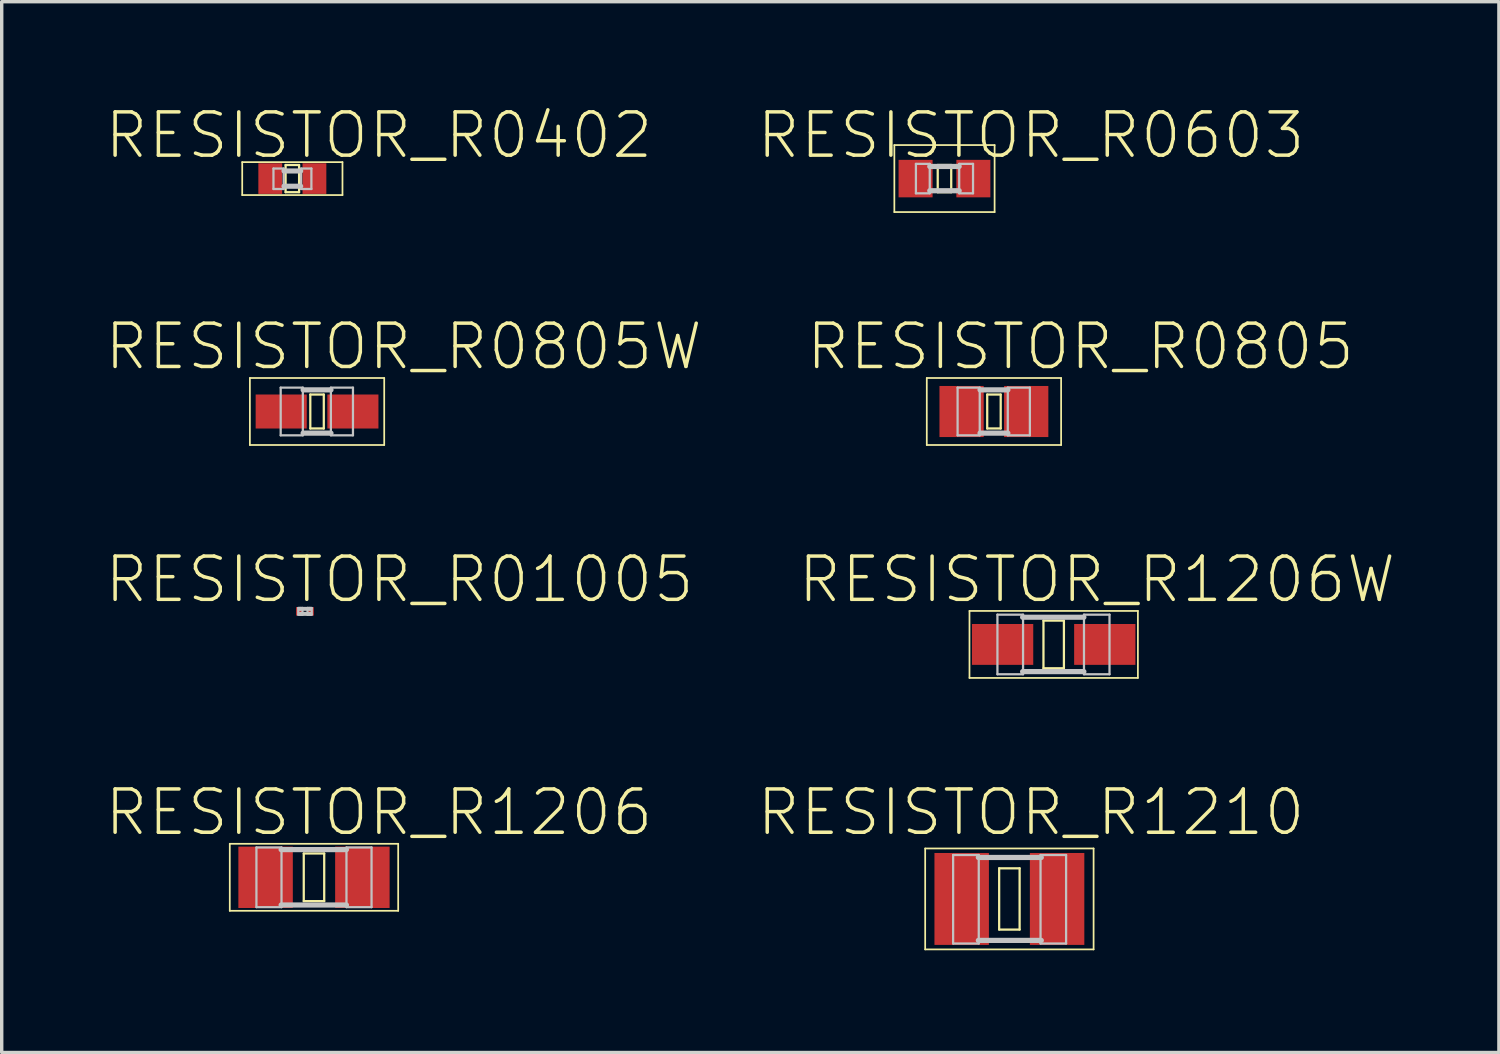
<source format=kicad_pcb>
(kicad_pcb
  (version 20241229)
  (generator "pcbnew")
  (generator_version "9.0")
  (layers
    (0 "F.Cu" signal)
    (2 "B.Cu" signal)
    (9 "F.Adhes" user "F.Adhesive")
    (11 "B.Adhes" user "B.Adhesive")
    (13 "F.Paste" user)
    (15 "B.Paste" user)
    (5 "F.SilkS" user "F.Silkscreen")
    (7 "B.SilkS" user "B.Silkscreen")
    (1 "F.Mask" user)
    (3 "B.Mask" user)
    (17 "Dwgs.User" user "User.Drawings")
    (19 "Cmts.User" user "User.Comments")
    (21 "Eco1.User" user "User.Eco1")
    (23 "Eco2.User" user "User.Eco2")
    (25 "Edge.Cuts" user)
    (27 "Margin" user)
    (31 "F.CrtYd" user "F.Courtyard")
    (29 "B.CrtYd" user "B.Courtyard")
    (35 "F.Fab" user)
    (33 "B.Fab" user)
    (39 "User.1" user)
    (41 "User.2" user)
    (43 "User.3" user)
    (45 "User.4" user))
  (footprint "RESISTOR_R1206"
    (layer "F.Cu")
    (at 6.164 22.695)
    (property "Reference" "RESISTOR_R1206" (at 1.905 -1.905 0) (layer "F.SilkS") (effects (font (size 1.27 1.27) (thickness 0.102))))
    (attr smd)
    (fp_line (start -2.471 -0.983) (end 2.471 -0.983) (stroke (width 0.051) (type solid)) (layer "F.SilkS"))
    (fp_line (start -2.471 0.983) (end -2.471 -0.983) (stroke (width 0.051) (type solid)) (layer "F.SilkS"))
    (fp_line (start -0.3 -0.699) (end 0.3 -0.699) (stroke (width 0.066) (type solid)) (layer "F.SilkS"))
    (fp_line (start -0.3 0.699) (end -0.3 -0.699) (stroke (width 0.066) (type solid)) (layer "F.SilkS"))
    (fp_line (start -0.3 0.699) (end 0.3 0.699) (stroke (width 0.066) (type solid)) (layer "F.SilkS"))
    (fp_line (start 0.3 0.699) (end 0.3 -0.699) (stroke (width 0.066) (type solid)) (layer "F.SilkS"))
    (fp_line (start 2.471 -0.983) (end 2.471 0.983) (stroke (width 0.051) (type solid)) (layer "F.SilkS"))
    (fp_line (start 2.471 0.983) (end -2.471 0.983) (stroke (width 0.051) (type solid)) (layer "F.SilkS"))
    (fp_line (start -1.689 -0.876) (end -0.953 -0.876) (stroke (width 0.066) (type solid)) (layer "Dwgs.User"))
    (fp_line (start -1.689 0.876) (end -1.689 -0.876) (stroke (width 0.066) (type solid)) (layer "Dwgs.User"))
    (fp_line (start -1.689 0.876) (end -0.953 0.876) (stroke (width 0.066) (type solid)) (layer "Dwgs.User"))
    (fp_line (start -0.953 0.876) (end -0.953 -0.876) (stroke (width 0.066) (type solid)) (layer "Dwgs.User"))
    (fp_line (start 0.953 -0.876) (end 1.689 -0.876) (stroke (width 0.066) (type solid)) (layer "Dwgs.User"))
    (fp_line (start 0.953 -0.813) (end -0.965 -0.813) (stroke (width 0.152) (type solid)) (layer "Dwgs.User"))
    (fp_line (start 0.953 0.813) (end -0.965 0.813) (stroke (width 0.152) (type solid)) (layer "Dwgs.User"))
    (fp_line (start 0.953 0.876) (end 0.953 -0.876) (stroke (width 0.066) (type solid)) (layer "Dwgs.User"))
    (fp_line (start 0.953 0.876) (end 1.689 0.876) (stroke (width 0.066) (type solid)) (layer "Dwgs.User"))
    (fp_line (start 1.689 0.876) (end 1.689 -0.876) (stroke (width 0.066) (type solid)) (layer "Dwgs.User"))
    (pad "1" smd rect (at -1.42 0) (size 1.598 1.801) (layers "F.Cu" "F.Mask" "F.Paste"))
    (pad "2" smd rect (at 1.42 0) (size 1.598 1.801) (layers "F.Cu" "F.Mask" "F.Paste")))
  (footprint "RESISTOR_R0805W"
    (layer "F.Cu")
    (at 6.254 9.026)
    (property "Reference" "RESISTOR_R0805W" (at 2.54 -1.905 0) (layer "F.SilkS") (effects (font (size 1.27 1.27) (thickness 0.102))))
    (attr smd)
    (fp_line (start -1.971 -0.983) (end 1.971 -0.983) (stroke (width 0.051) (type solid)) (layer "F.SilkS"))
    (fp_line (start -1.971 0.983) (end -1.971 -0.983) (stroke (width 0.051) (type solid)) (layer "F.SilkS"))
    (fp_line (start -0.198 -0.498) (end 0.198 -0.498) (stroke (width 0.066) (type solid)) (layer "F.SilkS"))
    (fp_line (start -0.198 0.498) (end -0.198 -0.498) (stroke (width 0.066) (type solid)) (layer "F.SilkS"))
    (fp_line (start -0.198 0.498) (end 0.198 0.498) (stroke (width 0.066) (type solid)) (layer "F.SilkS"))
    (fp_line (start 0.198 0.498) (end 0.198 -0.498) (stroke (width 0.066) (type solid)) (layer "F.SilkS"))
    (fp_line (start 1.971 -0.983) (end 1.971 0.983) (stroke (width 0.051) (type solid)) (layer "F.SilkS"))
    (fp_line (start 1.971 0.983) (end -1.971 0.983) (stroke (width 0.051) (type solid)) (layer "F.SilkS"))
    (fp_line (start -1.067 -0.701) (end -0.417 -0.701) (stroke (width 0.066) (type solid)) (layer "Dwgs.User"))
    (fp_line (start -1.067 0.699) (end -1.067 -0.701) (stroke (width 0.066) (type solid)) (layer "Dwgs.User"))
    (fp_line (start -1.067 0.699) (end -0.417 0.699) (stroke (width 0.066) (type solid)) (layer "Dwgs.User"))
    (fp_line (start -0.417 0.699) (end -0.417 -0.701) (stroke (width 0.066) (type solid)) (layer "Dwgs.User"))
    (fp_line (start -0.409 -0.635) (end 0.409 -0.635) (stroke (width 0.152) (type solid)) (layer "Dwgs.User"))
    (fp_line (start -0.409 0.635) (end 0.409 0.635) (stroke (width 0.152) (type solid)) (layer "Dwgs.User"))
    (fp_line (start 0.406 -0.701) (end 1.054 -0.701) (stroke (width 0.066) (type solid)) (layer "Dwgs.User"))
    (fp_line (start 0.406 0.699) (end 0.406 -0.701) (stroke (width 0.066) (type solid)) (layer "Dwgs.User"))
    (fp_line (start 0.406 0.699) (end 1.054 0.699) (stroke (width 0.066) (type solid)) (layer "Dwgs.User"))
    (fp_line (start 1.054 0.699) (end 1.054 -0.701) (stroke (width 0.066) (type solid)) (layer "Dwgs.User"))
    (pad "1" smd rect (at -1.052 0) (size 1.499 0.998) (layers "F.Cu" "F.Mask" "F.Paste"))
    (pad "2" smd rect (at 1.052 0) (size 1.499 0.998) (layers "F.Cu" "F.Mask" "F.Paste")))
  (footprint "RESISTOR_R0603"
    (layer "F.Cu")
    (at 24.666 2.191)
    (property "Reference" "RESISTOR_R0603" (at 2.54 -1.27 0) (layer "F.SilkS") (effects (font (size 1.27 1.27) (thickness 0.102))))
    (attr smd)
    (fp_line (start -1.471 -0.983) (end 1.471 -0.983) (stroke (width 0.051) (type solid)) (layer "F.SilkS"))
    (fp_line (start -1.471 0.983) (end -1.471 -0.983) (stroke (width 0.051) (type solid)) (layer "F.SilkS"))
    (fp_line (start -0.198 -0.399) (end 0.198 -0.399) (stroke (width 0.066) (type solid)) (layer "F.SilkS"))
    (fp_line (start -0.198 0.399) (end -0.198 -0.399) (stroke (width 0.066) (type solid)) (layer "F.SilkS"))
    (fp_line (start -0.198 0.399) (end 0.198 0.399) (stroke (width 0.066) (type solid)) (layer "F.SilkS"))
    (fp_line (start 0.198 0.399) (end 0.198 -0.399) (stroke (width 0.066) (type solid)) (layer "F.SilkS"))
    (fp_line (start 1.471 -0.983) (end 1.471 0.983) (stroke (width 0.051) (type solid)) (layer "F.SilkS"))
    (fp_line (start 1.471 0.983) (end -1.471 0.983) (stroke (width 0.051) (type solid)) (layer "F.SilkS"))
    (fp_line (start -0.838 -0.432) (end -0.432 -0.432) (stroke (width 0.066) (type solid)) (layer "Dwgs.User"))
    (fp_line (start -0.838 0.432) (end -0.838 -0.432) (stroke (width 0.066) (type solid)) (layer "Dwgs.User"))
    (fp_line (start -0.838 0.432) (end -0.432 0.432) (stroke (width 0.066) (type solid)) (layer "Dwgs.User"))
    (fp_line (start -0.432 0.356) (end 0.432 0.356) (stroke (width 0.152) (type solid)) (layer "Dwgs.User"))
    (fp_line (start -0.432 0.432) (end -0.432 -0.432) (stroke (width 0.066) (type solid)) (layer "Dwgs.User"))
    (fp_line (start 0.432 -0.432) (end 0.838 -0.432) (stroke (width 0.066) (type solid)) (layer "Dwgs.User"))
    (fp_line (start 0.432 -0.356) (end -0.432 -0.356) (stroke (width 0.152) (type solid)) (layer "Dwgs.User"))
    (fp_line (start 0.432 0.432) (end 0.432 -0.432) (stroke (width 0.066) (type solid)) (layer "Dwgs.User"))
    (fp_line (start 0.432 0.432) (end 0.838 0.432) (stroke (width 0.066) (type solid)) (layer "Dwgs.User"))
    (fp_line (start 0.838 0.432) (end 0.838 -0.432) (stroke (width 0.066) (type solid)) (layer "Dwgs.User"))
    (pad "1" smd rect (at -0.848 0) (size 0.998 1.1) (layers "F.Cu" "F.Mask" "F.Paste"))
    (pad "2" smd rect (at 0.848 0) (size 0.998 1.1) (layers "F.Cu" "F.Mask" "F.Paste")))
  (footprint "RESISTOR_R0402"
    (layer "F.Cu")
    (at 5.529 2.191)
    (property "Reference" "RESISTOR_R0402" (at 2.54 -1.27 0) (layer "F.SilkS") (effects (font (size 1.27 1.27) (thickness 0.102))))
    (attr smd)
    (fp_line (start -1.471 -0.483) (end 1.471 -0.483) (stroke (width 0.051) (type solid)) (layer "F.SilkS"))
    (fp_line (start -1.471 0.483) (end -1.471 -0.483) (stroke (width 0.051) (type solid)) (layer "F.SilkS"))
    (fp_line (start -0.198 -0.399) (end 0.198 -0.399) (stroke (width 0.066) (type solid)) (layer "F.SilkS"))
    (fp_line (start -0.198 0.399) (end -0.198 -0.399) (stroke (width 0.066) (type solid)) (layer "F.SilkS"))
    (fp_line (start -0.198 0.399) (end 0.198 0.399) (stroke (width 0.066) (type solid)) (layer "F.SilkS"))
    (fp_line (start 0.198 0.399) (end 0.198 -0.399) (stroke (width 0.066) (type solid)) (layer "F.SilkS"))
    (fp_line (start 1.471 -0.483) (end 1.471 0.483) (stroke (width 0.051) (type solid)) (layer "F.SilkS"))
    (fp_line (start 1.471 0.483) (end -1.471 0.483) (stroke (width 0.051) (type solid)) (layer "F.SilkS"))
    (fp_line (start -0.554 -0.295) (end -0.254 -0.295) (stroke (width 0.066) (type solid)) (layer "Dwgs.User"))
    (fp_line (start -0.554 0.305) (end -0.554 -0.295) (stroke (width 0.066) (type solid)) (layer "Dwgs.User"))
    (fp_line (start -0.554 0.305) (end -0.254 0.305) (stroke (width 0.066) (type solid)) (layer "Dwgs.User"))
    (fp_line (start -0.254 0.305) (end -0.254 -0.295) (stroke (width 0.066) (type solid)) (layer "Dwgs.User"))
    (fp_line (start -0.244 -0.224) (end 0.244 -0.224) (stroke (width 0.152) (type solid)) (layer "Dwgs.User"))
    (fp_line (start 0.244 0.224) (end -0.244 0.224) (stroke (width 0.152) (type solid)) (layer "Dwgs.User"))
    (fp_line (start 0.257 -0.295) (end 0.559 -0.295) (stroke (width 0.066) (type solid)) (layer "Dwgs.User"))
    (fp_line (start 0.257 0.305) (end 0.257 -0.295) (stroke (width 0.066) (type solid)) (layer "Dwgs.User"))
    (fp_line (start 0.257 0.305) (end 0.559 0.305) (stroke (width 0.066) (type solid)) (layer "Dwgs.User"))
    (fp_line (start 0.559 0.305) (end 0.559 -0.295) (stroke (width 0.066) (type solid)) (layer "Dwgs.User"))
    (pad "1" smd rect (at -0.648 0) (size 0.699 0.899) (layers "F.Cu" "F.Mask" "F.Paste"))
    (pad "2" smd rect (at 0.648 0) (size 0.699 0.899) (layers "F.Cu" "F.Mask" "F.Paste")))
  (footprint "RESISTOR_R01005"
    (layer "F.Cu")
    (at 5.9 14.89)
    (property "Reference" "RESISTOR_R01005" (at 2.774 -0.935 0) (layer "F.SilkS") (effects (font (size 1.27 1.27) (thickness 0.102))))
    (attr smd)
    (fp_line (start -0.198 -0.099) (end -0.074 -0.099) (stroke (width 0.066) (type solid)) (layer "Dwgs.User"))
    (fp_line (start -0.198 0.099) (end -0.198 -0.099) (stroke (width 0.066) (type solid)) (layer "Dwgs.User"))
    (fp_line (start -0.198 0.099) (end -0.074 0.099) (stroke (width 0.066) (type solid)) (layer "Dwgs.User"))
    (fp_line (start -0.15 -0.099) (end 0.15 -0.099) (stroke (width 0.066) (type solid)) (layer "Dwgs.User"))
    (fp_line (start -0.15 -0.048) (end -0.15 -0.099) (stroke (width 0.066) (type solid)) (layer "Dwgs.User"))
    (fp_line (start -0.15 -0.048) (end 0.15 -0.048) (stroke (width 0.066) (type solid)) (layer "Dwgs.User"))
    (fp_line (start -0.15 0.048) (end 0.15 0.048) (stroke (width 0.066) (type solid)) (layer "Dwgs.User"))
    (fp_line (start -0.15 0.099) (end -0.15 0.048) (stroke (width 0.066) (type solid)) (layer "Dwgs.User"))
    (fp_line (start -0.15 0.099) (end 0.15 0.099) (stroke (width 0.066) (type solid)) (layer "Dwgs.User"))
    (fp_line (start -0.074 0.099) (end -0.074 -0.099) (stroke (width 0.066) (type solid)) (layer "Dwgs.User"))
    (fp_line (start 0.074 -0.099) (end 0.198 -0.099) (stroke (width 0.066) (type solid)) (layer "Dwgs.User"))
    (fp_line (start 0.074 0.099) (end 0.074 -0.099) (stroke (width 0.066) (type solid)) (layer "Dwgs.User"))
    (fp_line (start 0.074 0.099) (end 0.198 0.099) (stroke (width 0.066) (type solid)) (layer "Dwgs.User"))
    (fp_line (start 0.15 -0.048) (end 0.15 -0.099) (stroke (width 0.066) (type solid)) (layer "Dwgs.User"))
    (fp_line (start 0.15 0.099) (end 0.15 0.048) (stroke (width 0.066) (type solid)) (layer "Dwgs.User"))
    (fp_line (start 0.198 0.099) (end 0.198 -0.099) (stroke (width 0.066) (type solid)) (layer "Dwgs.User"))
    (pad "1" smd rect (at -0.163 0) (size 0.198 0.249) (layers "F.Cu" "F.Mask" "F.Paste"))
    (pad "2" smd rect (at 0.16 0) (size 0.198 0.249) (layers "F.Cu" "F.Mask" "F.Paste")))
  (footprint "RESISTOR_R1210"
    (layer "F.Cu")
    (at 26.571 23.33)
    (property "Reference" "RESISTOR_R1210" (at 0.635 -2.54 0) (layer "F.SilkS") (effects (font (size 1.27 1.27) (thickness 0.102))))
    (attr smd)
    (fp_line (start -2.471 -1.481) (end 2.471 -1.481) (stroke (width 0.051) (type solid)) (layer "F.SilkS"))
    (fp_line (start -2.471 1.481) (end -2.471 -1.481) (stroke (width 0.051) (type solid)) (layer "F.SilkS"))
    (fp_line (start -0.3 -0.899) (end 0.3 -0.899) (stroke (width 0.066) (type solid)) (layer "F.SilkS"))
    (fp_line (start -0.3 0.899) (end -0.3 -0.899) (stroke (width 0.066) (type solid)) (layer "F.SilkS"))
    (fp_line (start -0.3 0.899) (end 0.3 0.899) (stroke (width 0.066) (type solid)) (layer "F.SilkS"))
    (fp_line (start 0.3 0.899) (end 0.3 -0.899) (stroke (width 0.066) (type solid)) (layer "F.SilkS"))
    (fp_line (start 2.471 -1.481) (end 2.471 1.481) (stroke (width 0.051) (type solid)) (layer "F.SilkS"))
    (fp_line (start 2.471 1.481) (end -2.471 1.481) (stroke (width 0.051) (type solid)) (layer "F.SilkS"))
    (fp_line (start -1.651 -1.29) (end -0.899 -1.29) (stroke (width 0.066) (type solid)) (layer "Dwgs.User"))
    (fp_line (start -1.651 1.308) (end -1.651 -1.29) (stroke (width 0.066) (type solid)) (layer "Dwgs.User"))
    (fp_line (start -1.651 1.308) (end -0.899 1.308) (stroke (width 0.066) (type solid)) (layer "Dwgs.User"))
    (fp_line (start -0.912 -1.217) (end 0.937 -1.217) (stroke (width 0.152) (type solid)) (layer "Dwgs.User"))
    (fp_line (start -0.912 1.217) (end 0.937 1.217) (stroke (width 0.152) (type solid)) (layer "Dwgs.User"))
    (fp_line (start -0.899 1.308) (end -0.899 -1.29) (stroke (width 0.066) (type solid)) (layer "Dwgs.User"))
    (fp_line (start 0.914 -1.29) (end 1.664 -1.29) (stroke (width 0.066) (type solid)) (layer "Dwgs.User"))
    (fp_line (start 0.914 1.308) (end 0.914 -1.29) (stroke (width 0.066) (type solid)) (layer "Dwgs.User"))
    (fp_line (start 0.914 1.308) (end 1.664 1.308) (stroke (width 0.066) (type solid)) (layer "Dwgs.User"))
    (fp_line (start 1.664 1.308) (end 1.664 -1.29) (stroke (width 0.066) (type solid)) (layer "Dwgs.User"))
    (pad "1" smd rect (at -1.4 0) (size 1.598 2.697) (layers "F.Cu" "F.Mask" "F.Paste"))
    (pad "2" smd rect (at 1.4 0) (size 1.598 2.697) (layers "F.Cu" "F.Mask" "F.Paste")))
  (footprint "RESISTOR_R0805"
    (layer "F.Cu")
    (at 26.118 9.026)
    (property "Reference" "RESISTOR_R0805" (at 2.54 -1.905 0) (layer "F.SilkS") (effects (font (size 1.27 1.27) (thickness 0.102))))
    (attr smd)
    (fp_line (start -1.971 -0.983) (end 1.971 -0.983) (stroke (width 0.051) (type solid)) (layer "F.SilkS"))
    (fp_line (start -1.971 0.983) (end -1.971 -0.983) (stroke (width 0.051) (type solid)) (layer "F.SilkS"))
    (fp_line (start -0.198 -0.498) (end 0.198 -0.498) (stroke (width 0.066) (type solid)) (layer "F.SilkS"))
    (fp_line (start -0.198 0.498) (end -0.198 -0.498) (stroke (width 0.066) (type solid)) (layer "F.SilkS"))
    (fp_line (start -0.198 0.498) (end 0.198 0.498) (stroke (width 0.066) (type solid)) (layer "F.SilkS"))
    (fp_line (start 0.198 0.498) (end 0.198 -0.498) (stroke (width 0.066) (type solid)) (layer "F.SilkS"))
    (fp_line (start 1.971 -0.983) (end 1.971 0.983) (stroke (width 0.051) (type solid)) (layer "F.SilkS"))
    (fp_line (start 1.971 0.983) (end -1.971 0.983) (stroke (width 0.051) (type solid)) (layer "F.SilkS"))
    (fp_line (start -1.067 -0.701) (end -0.417 -0.701) (stroke (width 0.066) (type solid)) (layer "Dwgs.User"))
    (fp_line (start -1.067 0.699) (end -1.067 -0.701) (stroke (width 0.066) (type solid)) (layer "Dwgs.User"))
    (fp_line (start -1.067 0.699) (end -0.417 0.699) (stroke (width 0.066) (type solid)) (layer "Dwgs.User"))
    (fp_line (start -0.417 0.699) (end -0.417 -0.701) (stroke (width 0.066) (type solid)) (layer "Dwgs.User"))
    (fp_line (start -0.409 -0.635) (end 0.409 -0.635) (stroke (width 0.152) (type solid)) (layer "Dwgs.User"))
    (fp_line (start -0.409 0.635) (end 0.409 0.635) (stroke (width 0.152) (type solid)) (layer "Dwgs.User"))
    (fp_line (start 0.406 -0.701) (end 1.054 -0.701) (stroke (width 0.066) (type solid)) (layer "Dwgs.User"))
    (fp_line (start 0.406 0.699) (end 0.406 -0.701) (stroke (width 0.066) (type solid)) (layer "Dwgs.User"))
    (fp_line (start 0.406 0.699) (end 1.054 0.699) (stroke (width 0.066) (type solid)) (layer "Dwgs.User"))
    (fp_line (start 1.054 0.699) (end 1.054 -0.701) (stroke (width 0.066) (type solid)) (layer "Dwgs.User"))
    (pad "1" smd rect (at -0.95 0) (size 1.298 1.499) (layers "F.Cu" "F.Mask" "F.Paste"))
    (pad "2" smd rect (at 0.947 0) (size 1.298 1.499) (layers "F.Cu" "F.Mask" "F.Paste")))
  (footprint "RESISTOR_R1206W"
    (layer "F.Cu")
    (at 27.871 15.861)
    (property "Reference" "RESISTOR_R1206W" (at 1.27 -1.905 0) (layer "F.SilkS") (effects (font (size 1.27 1.27) (thickness 0.102))))
    (attr smd)
    (fp_line (start -2.471 -0.983) (end 2.471 -0.983) (stroke (width 0.051) (type solid)) (layer "F.SilkS"))
    (fp_line (start -2.471 0.983) (end -2.471 -0.983) (stroke (width 0.051) (type solid)) (layer "F.SilkS"))
    (fp_line (start -0.3 -0.699) (end 0.3 -0.699) (stroke (width 0.066) (type solid)) (layer "F.SilkS"))
    (fp_line (start -0.3 0.699) (end -0.3 -0.699) (stroke (width 0.066) (type solid)) (layer "F.SilkS"))
    (fp_line (start -0.3 0.699) (end 0.3 0.699) (stroke (width 0.066) (type solid)) (layer "F.SilkS"))
    (fp_line (start 0.3 0.699) (end 0.3 -0.699) (stroke (width 0.066) (type solid)) (layer "F.SilkS"))
    (fp_line (start 2.471 -0.983) (end 2.471 0.983) (stroke (width 0.051) (type solid)) (layer "F.SilkS"))
    (fp_line (start 2.471 0.983) (end -2.471 0.983) (stroke (width 0.051) (type solid)) (layer "F.SilkS"))
    (fp_line (start -1.651 -0.874) (end -0.899 -0.874) (stroke (width 0.066) (type solid)) (layer "Dwgs.User"))
    (fp_line (start -1.651 0.876) (end -1.651 -0.874) (stroke (width 0.066) (type solid)) (layer "Dwgs.User"))
    (fp_line (start -1.651 0.876) (end -0.899 0.876) (stroke (width 0.066) (type solid)) (layer "Dwgs.User"))
    (fp_line (start -0.912 -0.798) (end 0.886 -0.798) (stroke (width 0.152) (type solid)) (layer "Dwgs.User"))
    (fp_line (start -0.912 0.798) (end 0.886 0.798) (stroke (width 0.152) (type solid)) (layer "Dwgs.User"))
    (fp_line (start -0.899 0.876) (end -0.899 -0.874) (stroke (width 0.066) (type solid)) (layer "Dwgs.User"))
    (fp_line (start 0.889 -0.874) (end 1.638 -0.874) (stroke (width 0.066) (type solid)) (layer "Dwgs.User"))
    (fp_line (start 0.889 0.876) (end 0.889 -0.874) (stroke (width 0.066) (type solid)) (layer "Dwgs.User"))
    (fp_line (start 0.889 0.876) (end 1.638 0.876) (stroke (width 0.066) (type solid)) (layer "Dwgs.User"))
    (fp_line (start 1.638 0.876) (end 1.638 -0.874) (stroke (width 0.066) (type solid)) (layer "Dwgs.User"))
    (pad "1" smd rect (at -1.499 0) (size 1.798 1.199) (layers "F.Cu" "F.Mask" "F.Paste"))
    (pad "2" smd rect (at 1.499 0) (size 1.798 1.199) (layers "F.Cu" "F.Mask" "F.Paste")))
  (gr_rect
    (start -3 -3)
    (end 40.936 27.836)
    (stroke (width 0.1) (type default))
    (fill no)
    (layer "Edge.Cuts")))
</source>
